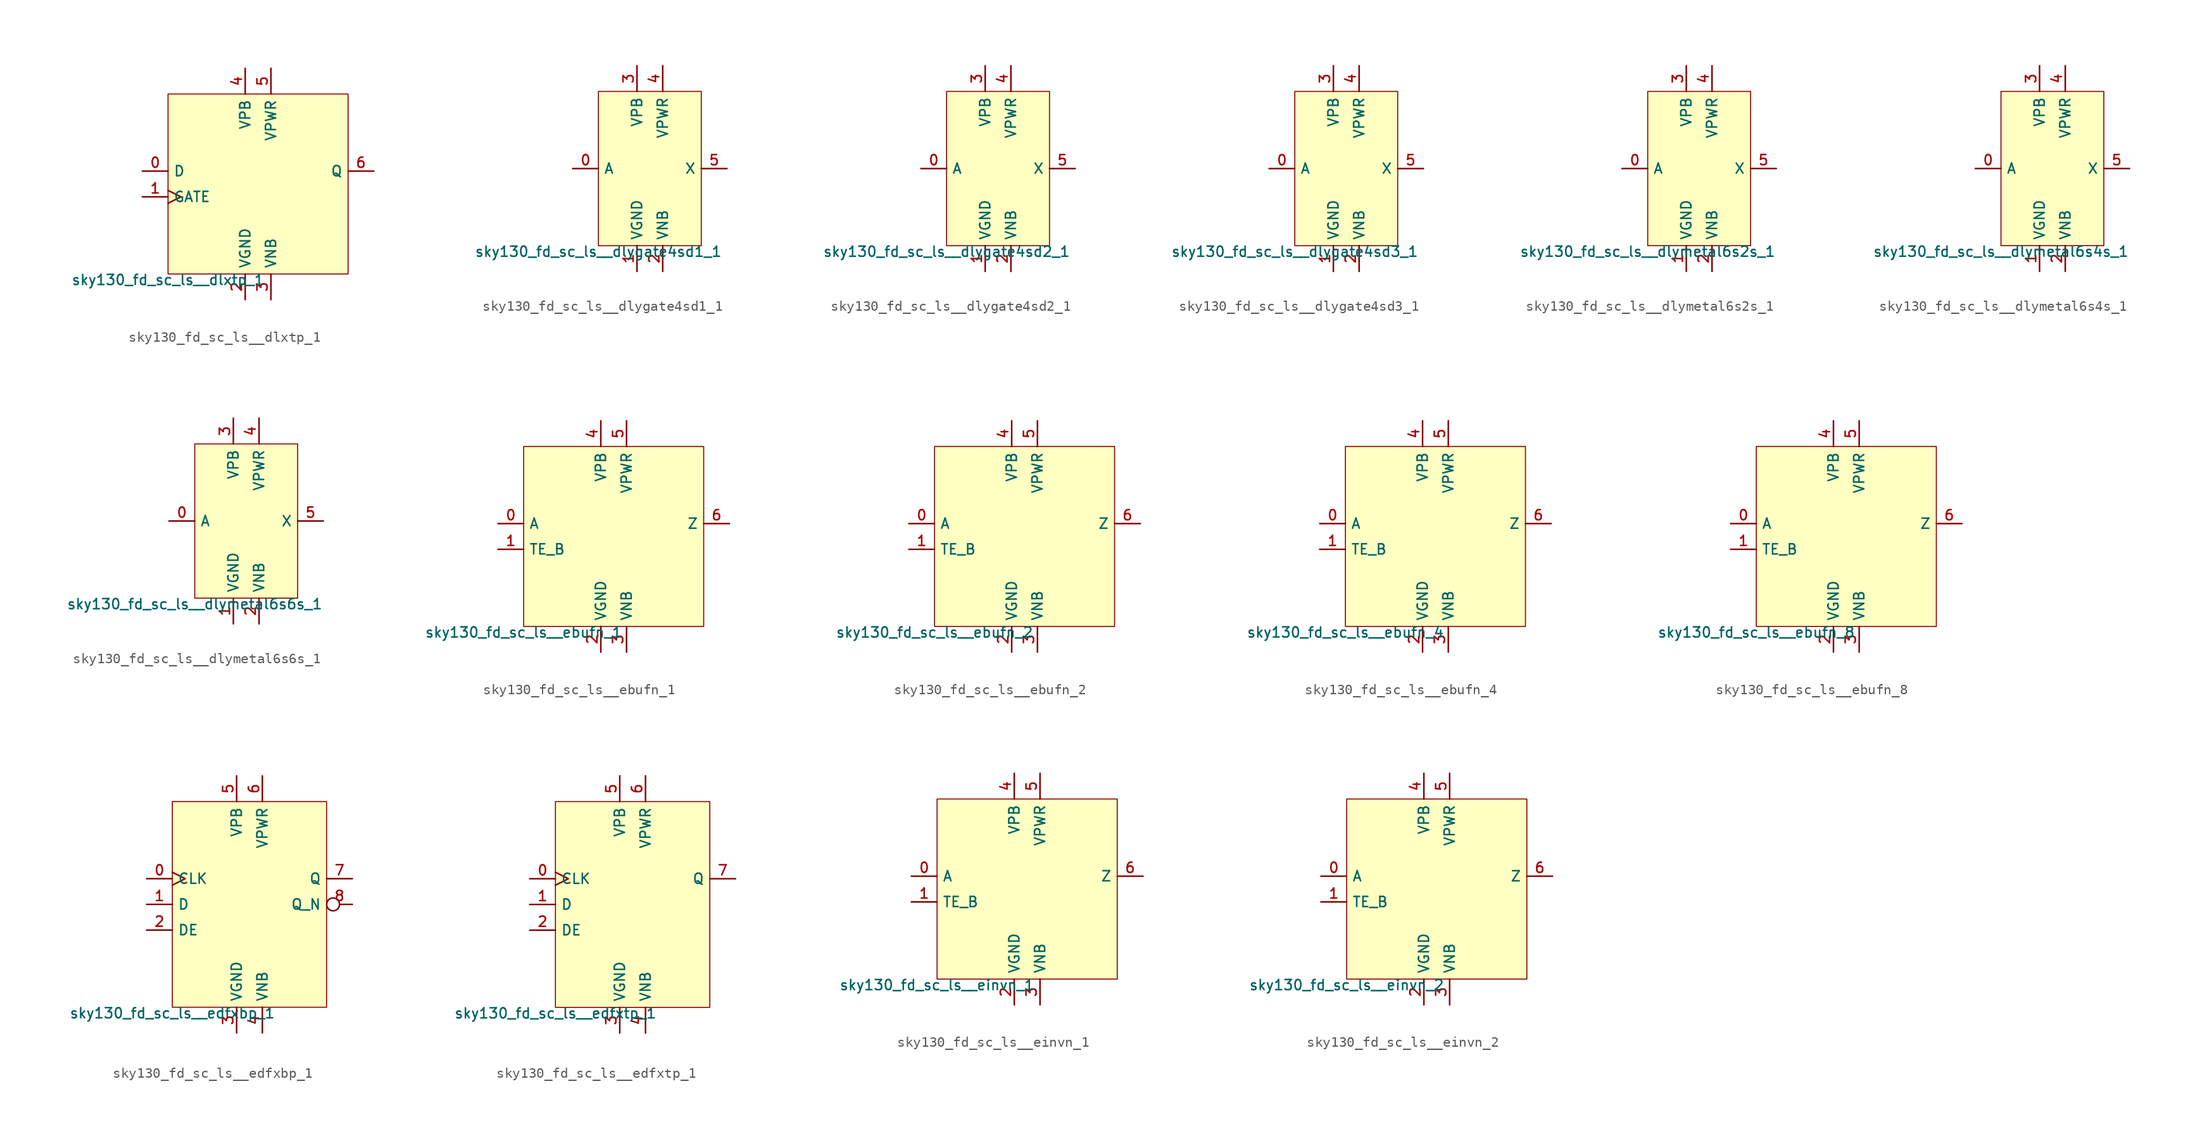
<source format=kicad_sym>
(kicad_symbol_lib
  (version 20211014)
  (generator lef2kicad_sym)
  (symbol "sky130_fd_sc_ls__dlxtp_1"
    (property "Reference" "X"
      (at 0 0 0)
      (effects (font (size 1 1)) hide))
    (property "Value" "sky130_fd_sc_ls__dlxtp_1"
      (at -8.89 -8.89 0)
      (effects (font (size 1 1)) (justify top)))
    (rectangle
      (start -8.89 -8.89)
      (end 8.89 8.89)
      (stroke (width 0.1) (type solid) (color 0 0 0 0))
      (fill (type background)))
    (pin input line
      (at -11.43 1.27 0)
      (length 2.54)
      (name "D" (effects (font (size 1 1)) hide))
      (number "0" (effects (font (size 1 1)) hide)))
    (pin input clock
      (at -11.43 -1.27 0)
      (length 2.54)
      (name "GATE" (effects (font (size 1 1)) hide))
      (number "1" (effects (font (size 1 1)) hide)))
    (pin power_in line
      (at -1.27 -11.43 90)
      (length 2.54)
      (name "VGND" (effects (font (size 1 1)) hide))
      (number "2" (effects (font (size 1 1)) hide)))
    (pin power_in line
      (at 1.27 -11.43 90)
      (length 2.54)
      (name "VNB" (effects (font (size 1 1)) hide))
      (number "3" (effects (font (size 1 1)) hide)))
    (pin power_in line
      (at -1.27 11.43 270)
      (length 2.54)
      (name "VPB" (effects (font (size 1 1)) hide))
      (number "4" (effects (font (size 1 1)) hide)))
    (pin power_in line
      (at 1.27 11.43 270)
      (length 2.54)
      (name "VPWR" (effects (font (size 1 1)) hide))
      (number "5" (effects (font (size 1 1)) hide)))
    (pin output line
      (at 11.43 1.27 180)
      (length 2.54)
      (name "Q" (effects (font (size 1 1)) hide))
      (number "6" (effects (font (size 1 1)) hide))))
  (symbol "sky130_fd_sc_ls__dlygate4sd1_1"
    (property "Reference" "X"
      (at 0 0 0)
      (effects (font (size 1 1)) hide))
    (property "Value" "sky130_fd_sc_ls__dlygate4sd1_1"
      (at -5.08 -7.62 0)
      (effects (font (size 1 1)) (justify top)))
    (rectangle
      (start -5.08 -7.62)
      (end 5.08 7.62)
      (stroke (width 0.1) (type solid) (color 0 0 0 0))
      (fill (type background)))
    (pin input line
      (at -7.62 0.0 0)
      (length 2.54)
      (name "A" (effects (font (size 1 1)) hide))
      (number "0" (effects (font (size 1 1)) hide)))
    (pin power_in line
      (at -1.27 -10.16 90)
      (length 2.54)
      (name "VGND" (effects (font (size 1 1)) hide))
      (number "1" (effects (font (size 1 1)) hide)))
    (pin power_in line
      (at 1.27 -10.16 90)
      (length 2.54)
      (name "VNB" (effects (font (size 1 1)) hide))
      (number "2" (effects (font (size 1 1)) hide)))
    (pin power_in line
      (at -1.27 10.16 270)
      (length 2.54)
      (name "VPB" (effects (font (size 1 1)) hide))
      (number "3" (effects (font (size 1 1)) hide)))
    (pin power_in line
      (at 1.27 10.16 270)
      (length 2.54)
      (name "VPWR" (effects (font (size 1 1)) hide))
      (number "4" (effects (font (size 1 1)) hide)))
    (pin output line
      (at 7.62 0.0 180)
      (length 2.54)
      (name "X" (effects (font (size 1 1)) hide))
      (number "5" (effects (font (size 1 1)) hide))))
  (symbol "sky130_fd_sc_ls__dlygate4sd2_1"
    (property "Reference" "X"
      (at 0 0 0)
      (effects (font (size 1 1)) hide))
    (property "Value" "sky130_fd_sc_ls__dlygate4sd2_1"
      (at -5.08 -7.62 0)
      (effects (font (size 1 1)) (justify top)))
    (rectangle
      (start -5.08 -7.62)
      (end 5.08 7.62)
      (stroke (width 0.1) (type solid) (color 0 0 0 0))
      (fill (type background)))
    (pin input line
      (at -7.62 0.0 0)
      (length 2.54)
      (name "A" (effects (font (size 1 1)) hide))
      (number "0" (effects (font (size 1 1)) hide)))
    (pin power_in line
      (at -1.27 -10.16 90)
      (length 2.54)
      (name "VGND" (effects (font (size 1 1)) hide))
      (number "1" (effects (font (size 1 1)) hide)))
    (pin power_in line
      (at 1.27 -10.16 90)
      (length 2.54)
      (name "VNB" (effects (font (size 1 1)) hide))
      (number "2" (effects (font (size 1 1)) hide)))
    (pin power_in line
      (at -1.27 10.16 270)
      (length 2.54)
      (name "VPB" (effects (font (size 1 1)) hide))
      (number "3" (effects (font (size 1 1)) hide)))
    (pin power_in line
      (at 1.27 10.16 270)
      (length 2.54)
      (name "VPWR" (effects (font (size 1 1)) hide))
      (number "4" (effects (font (size 1 1)) hide)))
    (pin output line
      (at 7.62 0.0 180)
      (length 2.54)
      (name "X" (effects (font (size 1 1)) hide))
      (number "5" (effects (font (size 1 1)) hide))))
  (symbol "sky130_fd_sc_ls__dlygate4sd3_1"
    (property "Reference" "X"
      (at 0 0 0)
      (effects (font (size 1 1)) hide))
    (property "Value" "sky130_fd_sc_ls__dlygate4sd3_1"
      (at -5.08 -7.62 0)
      (effects (font (size 1 1)) (justify top)))
    (rectangle
      (start -5.08 -7.62)
      (end 5.08 7.62)
      (stroke (width 0.1) (type solid) (color 0 0 0 0))
      (fill (type background)))
    (pin input line
      (at -7.62 0.0 0)
      (length 2.54)
      (name "A" (effects (font (size 1 1)) hide))
      (number "0" (effects (font (size 1 1)) hide)))
    (pin power_in line
      (at -1.27 -10.16 90)
      (length 2.54)
      (name "VGND" (effects (font (size 1 1)) hide))
      (number "1" (effects (font (size 1 1)) hide)))
    (pin power_in line
      (at 1.27 -10.16 90)
      (length 2.54)
      (name "VNB" (effects (font (size 1 1)) hide))
      (number "2" (effects (font (size 1 1)) hide)))
    (pin power_in line
      (at -1.27 10.16 270)
      (length 2.54)
      (name "VPB" (effects (font (size 1 1)) hide))
      (number "3" (effects (font (size 1 1)) hide)))
    (pin power_in line
      (at 1.27 10.16 270)
      (length 2.54)
      (name "VPWR" (effects (font (size 1 1)) hide))
      (number "4" (effects (font (size 1 1)) hide)))
    (pin output line
      (at 7.62 0.0 180)
      (length 2.54)
      (name "X" (effects (font (size 1 1)) hide))
      (number "5" (effects (font (size 1 1)) hide))))
  (symbol "sky130_fd_sc_ls__dlymetal6s2s_1"
    (property "Reference" "X"
      (at 0 0 0)
      (effects (font (size 1 1)) hide))
    (property "Value" "sky130_fd_sc_ls__dlymetal6s2s_1"
      (at -5.08 -7.62 0)
      (effects (font (size 1 1)) (justify top)))
    (rectangle
      (start -5.08 -7.62)
      (end 5.08 7.62)
      (stroke (width 0.1) (type solid) (color 0 0 0 0))
      (fill (type background)))
    (pin input line
      (at -7.62 0.0 0)
      (length 2.54)
      (name "A" (effects (font (size 1 1)) hide))
      (number "0" (effects (font (size 1 1)) hide)))
    (pin power_in line
      (at -1.27 -10.16 90)
      (length 2.54)
      (name "VGND" (effects (font (size 1 1)) hide))
      (number "1" (effects (font (size 1 1)) hide)))
    (pin power_in line
      (at 1.27 -10.16 90)
      (length 2.54)
      (name "VNB" (effects (font (size 1 1)) hide))
      (number "2" (effects (font (size 1 1)) hide)))
    (pin power_in line
      (at -1.27 10.16 270)
      (length 2.54)
      (name "VPB" (effects (font (size 1 1)) hide))
      (number "3" (effects (font (size 1 1)) hide)))
    (pin power_in line
      (at 1.27 10.16 270)
      (length 2.54)
      (name "VPWR" (effects (font (size 1 1)) hide))
      (number "4" (effects (font (size 1 1)) hide)))
    (pin output line
      (at 7.62 0.0 180)
      (length 2.54)
      (name "X" (effects (font (size 1 1)) hide))
      (number "5" (effects (font (size 1 1)) hide))))
  (symbol "sky130_fd_sc_ls__dlymetal6s4s_1"
    (property "Reference" "X"
      (at 0 0 0)
      (effects (font (size 1 1)) hide))
    (property "Value" "sky130_fd_sc_ls__dlymetal6s4s_1"
      (at -5.08 -7.62 0)
      (effects (font (size 1 1)) (justify top)))
    (rectangle
      (start -5.08 -7.62)
      (end 5.08 7.62)
      (stroke (width 0.1) (type solid) (color 0 0 0 0))
      (fill (type background)))
    (pin input line
      (at -7.62 0.0 0)
      (length 2.54)
      (name "A" (effects (font (size 1 1)) hide))
      (number "0" (effects (font (size 1 1)) hide)))
    (pin power_in line
      (at -1.27 -10.16 90)
      (length 2.54)
      (name "VGND" (effects (font (size 1 1)) hide))
      (number "1" (effects (font (size 1 1)) hide)))
    (pin power_in line
      (at 1.27 -10.16 90)
      (length 2.54)
      (name "VNB" (effects (font (size 1 1)) hide))
      (number "2" (effects (font (size 1 1)) hide)))
    (pin power_in line
      (at -1.27 10.16 270)
      (length 2.54)
      (name "VPB" (effects (font (size 1 1)) hide))
      (number "3" (effects (font (size 1 1)) hide)))
    (pin power_in line
      (at 1.27 10.16 270)
      (length 2.54)
      (name "VPWR" (effects (font (size 1 1)) hide))
      (number "4" (effects (font (size 1 1)) hide)))
    (pin output line
      (at 7.62 0.0 180)
      (length 2.54)
      (name "X" (effects (font (size 1 1)) hide))
      (number "5" (effects (font (size 1 1)) hide))))
  (symbol "sky130_fd_sc_ls__dlymetal6s6s_1"
    (property "Reference" "X"
      (at 0 0 0)
      (effects (font (size 1 1)) hide))
    (property "Value" "sky130_fd_sc_ls__dlymetal6s6s_1"
      (at -5.08 -7.62 0)
      (effects (font (size 1 1)) (justify top)))
    (rectangle
      (start -5.08 -7.62)
      (end 5.08 7.62)
      (stroke (width 0.1) (type solid) (color 0 0 0 0))
      (fill (type background)))
    (pin input line
      (at -7.62 0.0 0)
      (length 2.54)
      (name "A" (effects (font (size 1 1)) hide))
      (number "0" (effects (font (size 1 1)) hide)))
    (pin power_in line
      (at -1.27 -10.16 90)
      (length 2.54)
      (name "VGND" (effects (font (size 1 1)) hide))
      (number "1" (effects (font (size 1 1)) hide)))
    (pin power_in line
      (at 1.27 -10.16 90)
      (length 2.54)
      (name "VNB" (effects (font (size 1 1)) hide))
      (number "2" (effects (font (size 1 1)) hide)))
    (pin power_in line
      (at -1.27 10.16 270)
      (length 2.54)
      (name "VPB" (effects (font (size 1 1)) hide))
      (number "3" (effects (font (size 1 1)) hide)))
    (pin power_in line
      (at 1.27 10.16 270)
      (length 2.54)
      (name "VPWR" (effects (font (size 1 1)) hide))
      (number "4" (effects (font (size 1 1)) hide)))
    (pin output line
      (at 7.62 0.0 180)
      (length 2.54)
      (name "X" (effects (font (size 1 1)) hide))
      (number "5" (effects (font (size 1 1)) hide))))
  (symbol "sky130_fd_sc_ls__ebufn_1"
    (property "Reference" "X"
      (at 0 0 0)
      (effects (font (size 1 1)) hide))
    (property "Value" "sky130_fd_sc_ls__ebufn_1"
      (at -8.89 -8.89 0)
      (effects (font (size 1 1)) (justify top)))
    (rectangle
      (start -8.89 -8.89)
      (end 8.89 8.89)
      (stroke (width 0.1) (type solid) (color 0 0 0 0))
      (fill (type background)))
    (pin input line
      (at -11.43 1.27 0)
      (length 2.54)
      (name "A" (effects (font (size 1 1)) hide))
      (number "0" (effects (font (size 1 1)) hide)))
    (pin input line
      (at -11.43 -1.27 0)
      (length 2.54)
      (name "TE_B" (effects (font (size 1 1)) hide))
      (number "1" (effects (font (size 1 1)) hide)))
    (pin power_in line
      (at -1.27 -11.43 90)
      (length 2.54)
      (name "VGND" (effects (font (size 1 1)) hide))
      (number "2" (effects (font (size 1 1)) hide)))
    (pin power_in line
      (at 1.27 -11.43 90)
      (length 2.54)
      (name "VNB" (effects (font (size 1 1)) hide))
      (number "3" (effects (font (size 1 1)) hide)))
    (pin power_in line
      (at -1.27 11.43 270)
      (length 2.54)
      (name "VPB" (effects (font (size 1 1)) hide))
      (number "4" (effects (font (size 1 1)) hide)))
    (pin power_in line
      (at 1.27 11.43 270)
      (length 2.54)
      (name "VPWR" (effects (font (size 1 1)) hide))
      (number "5" (effects (font (size 1 1)) hide)))
    (pin output line
      (at 11.43 1.27 180)
      (length 2.54)
      (name "Z" (effects (font (size 1 1)) hide))
      (number "6" (effects (font (size 1 1)) hide))))
  (symbol "sky130_fd_sc_ls__ebufn_2"
    (property "Reference" "X"
      (at 0 0 0)
      (effects (font (size 1 1)) hide))
    (property "Value" "sky130_fd_sc_ls__ebufn_2"
      (at -8.89 -8.89 0)
      (effects (font (size 1 1)) (justify top)))
    (rectangle
      (start -8.89 -8.89)
      (end 8.89 8.89)
      (stroke (width 0.1) (type solid) (color 0 0 0 0))
      (fill (type background)))
    (pin input line
      (at -11.43 1.27 0)
      (length 2.54)
      (name "A" (effects (font (size 1 1)) hide))
      (number "0" (effects (font (size 1 1)) hide)))
    (pin input line
      (at -11.43 -1.27 0)
      (length 2.54)
      (name "TE_B" (effects (font (size 1 1)) hide))
      (number "1" (effects (font (size 1 1)) hide)))
    (pin power_in line
      (at -1.27 -11.43 90)
      (length 2.54)
      (name "VGND" (effects (font (size 1 1)) hide))
      (number "2" (effects (font (size 1 1)) hide)))
    (pin power_in line
      (at 1.27 -11.43 90)
      (length 2.54)
      (name "VNB" (effects (font (size 1 1)) hide))
      (number "3" (effects (font (size 1 1)) hide)))
    (pin power_in line
      (at -1.27 11.43 270)
      (length 2.54)
      (name "VPB" (effects (font (size 1 1)) hide))
      (number "4" (effects (font (size 1 1)) hide)))
    (pin power_in line
      (at 1.27 11.43 270)
      (length 2.54)
      (name "VPWR" (effects (font (size 1 1)) hide))
      (number "5" (effects (font (size 1 1)) hide)))
    (pin output line
      (at 11.43 1.27 180)
      (length 2.54)
      (name "Z" (effects (font (size 1 1)) hide))
      (number "6" (effects (font (size 1 1)) hide))))
  (symbol "sky130_fd_sc_ls__ebufn_4"
    (property "Reference" "X"
      (at 0 0 0)
      (effects (font (size 1 1)) hide))
    (property "Value" "sky130_fd_sc_ls__ebufn_4"
      (at -8.89 -8.89 0)
      (effects (font (size 1 1)) (justify top)))
    (rectangle
      (start -8.89 -8.89)
      (end 8.89 8.89)
      (stroke (width 0.1) (type solid) (color 0 0 0 0))
      (fill (type background)))
    (pin input line
      (at -11.43 1.27 0)
      (length 2.54)
      (name "A" (effects (font (size 1 1)) hide))
      (number "0" (effects (font (size 1 1)) hide)))
    (pin input line
      (at -11.43 -1.27 0)
      (length 2.54)
      (name "TE_B" (effects (font (size 1 1)) hide))
      (number "1" (effects (font (size 1 1)) hide)))
    (pin power_in line
      (at -1.27 -11.43 90)
      (length 2.54)
      (name "VGND" (effects (font (size 1 1)) hide))
      (number "2" (effects (font (size 1 1)) hide)))
    (pin power_in line
      (at 1.27 -11.43 90)
      (length 2.54)
      (name "VNB" (effects (font (size 1 1)) hide))
      (number "3" (effects (font (size 1 1)) hide)))
    (pin power_in line
      (at -1.27 11.43 270)
      (length 2.54)
      (name "VPB" (effects (font (size 1 1)) hide))
      (number "4" (effects (font (size 1 1)) hide)))
    (pin power_in line
      (at 1.27 11.43 270)
      (length 2.54)
      (name "VPWR" (effects (font (size 1 1)) hide))
      (number "5" (effects (font (size 1 1)) hide)))
    (pin output line
      (at 11.43 1.27 180)
      (length 2.54)
      (name "Z" (effects (font (size 1 1)) hide))
      (number "6" (effects (font (size 1 1)) hide))))
  (symbol "sky130_fd_sc_ls__ebufn_8"
    (property "Reference" "X"
      (at 0 0 0)
      (effects (font (size 1 1)) hide))
    (property "Value" "sky130_fd_sc_ls__ebufn_8"
      (at -8.89 -8.89 0)
      (effects (font (size 1 1)) (justify top)))
    (rectangle
      (start -8.89 -8.89)
      (end 8.89 8.89)
      (stroke (width 0.1) (type solid) (color 0 0 0 0))
      (fill (type background)))
    (pin input line
      (at -11.43 1.27 0)
      (length 2.54)
      (name "A" (effects (font (size 1 1)) hide))
      (number "0" (effects (font (size 1 1)) hide)))
    (pin input line
      (at -11.43 -1.27 0)
      (length 2.54)
      (name "TE_B" (effects (font (size 1 1)) hide))
      (number "1" (effects (font (size 1 1)) hide)))
    (pin power_in line
      (at -1.27 -11.43 90)
      (length 2.54)
      (name "VGND" (effects (font (size 1 1)) hide))
      (number "2" (effects (font (size 1 1)) hide)))
    (pin power_in line
      (at 1.27 -11.43 90)
      (length 2.54)
      (name "VNB" (effects (font (size 1 1)) hide))
      (number "3" (effects (font (size 1 1)) hide)))
    (pin power_in line
      (at -1.27 11.43 270)
      (length 2.54)
      (name "VPB" (effects (font (size 1 1)) hide))
      (number "4" (effects (font (size 1 1)) hide)))
    (pin power_in line
      (at 1.27 11.43 270)
      (length 2.54)
      (name "VPWR" (effects (font (size 1 1)) hide))
      (number "5" (effects (font (size 1 1)) hide)))
    (pin output line
      (at 11.43 1.27 180)
      (length 2.54)
      (name "Z" (effects (font (size 1 1)) hide))
      (number "6" (effects (font (size 1 1)) hide))))
  (symbol "sky130_fd_sc_ls__edfxbp_1"
    (property "Reference" "X"
      (at 0 0 0)
      (effects (font (size 1 1)) hide))
    (property "Value" "sky130_fd_sc_ls__edfxbp_1"
      (at -7.62 -10.16 0)
      (effects (font (size 1 1)) (justify top)))
    (rectangle
      (start -7.62 -10.16)
      (end 7.62 10.16)
      (stroke (width 0.1) (type solid) (color 0 0 0 0))
      (fill (type background)))
    (pin input clock
      (at -10.16 2.54 0)
      (length 2.54)
      (name "CLK" (effects (font (size 1 1)) hide))
      (number "0" (effects (font (size 1 1)) hide)))
    (pin input line
      (at -10.16 0.0 0)
      (length 2.54)
      (name "D" (effects (font (size 1 1)) hide))
      (number "1" (effects (font (size 1 1)) hide)))
    (pin input line
      (at -10.16 -2.54 0)
      (length 2.54)
      (name "DE" (effects (font (size 1 1)) hide))
      (number "2" (effects (font (size 1 1)) hide)))
    (pin power_in line
      (at -1.27 -12.7 90)
      (length 2.54)
      (name "VGND" (effects (font (size 1 1)) hide))
      (number "3" (effects (font (size 1 1)) hide)))
    (pin power_in line
      (at 1.27 -12.7 90)
      (length 2.54)
      (name "VNB" (effects (font (size 1 1)) hide))
      (number "4" (effects (font (size 1 1)) hide)))
    (pin power_in line
      (at -1.27 12.7 270)
      (length 2.54)
      (name "VPB" (effects (font (size 1 1)) hide))
      (number "5" (effects (font (size 1 1)) hide)))
    (pin power_in line
      (at 1.27 12.7 270)
      (length 2.54)
      (name "VPWR" (effects (font (size 1 1)) hide))
      (number "6" (effects (font (size 1 1)) hide)))
    (pin output line
      (at 10.16 2.54 180)
      (length 2.54)
      (name "Q" (effects (font (size 1 1)) hide))
      (number "7" (effects (font (size 1 1)) hide)))
    (pin output inverted
      (at 10.16 0.0 180)
      (length 2.54)
      (name "Q_N" (effects (font (size 1 1)) hide))
      (number "8" (effects (font (size 1 1)) hide))))
  (symbol "sky130_fd_sc_ls__edfxtp_1"
    (property "Reference" "X"
      (at 0 0 0)
      (effects (font (size 1 1)) hide))
    (property "Value" "sky130_fd_sc_ls__edfxtp_1"
      (at -7.62 -10.16 0)
      (effects (font (size 1 1)) (justify top)))
    (rectangle
      (start -7.62 -10.16)
      (end 7.62 10.16)
      (stroke (width 0.1) (type solid) (color 0 0 0 0))
      (fill (type background)))
    (pin input clock
      (at -10.16 2.54 0)
      (length 2.54)
      (name "CLK" (effects (font (size 1 1)) hide))
      (number "0" (effects (font (size 1 1)) hide)))
    (pin input line
      (at -10.16 0.0 0)
      (length 2.54)
      (name "D" (effects (font (size 1 1)) hide))
      (number "1" (effects (font (size 1 1)) hide)))
    (pin input line
      (at -10.16 -2.54 0)
      (length 2.54)
      (name "DE" (effects (font (size 1 1)) hide))
      (number "2" (effects (font (size 1 1)) hide)))
    (pin power_in line
      (at -1.27 -12.7 90)
      (length 2.54)
      (name "VGND" (effects (font (size 1 1)) hide))
      (number "3" (effects (font (size 1 1)) hide)))
    (pin power_in line
      (at 1.27 -12.7 90)
      (length 2.54)
      (name "VNB" (effects (font (size 1 1)) hide))
      (number "4" (effects (font (size 1 1)) hide)))
    (pin power_in line
      (at -1.27 12.7 270)
      (length 2.54)
      (name "VPB" (effects (font (size 1 1)) hide))
      (number "5" (effects (font (size 1 1)) hide)))
    (pin power_in line
      (at 1.27 12.7 270)
      (length 2.54)
      (name "VPWR" (effects (font (size 1 1)) hide))
      (number "6" (effects (font (size 1 1)) hide)))
    (pin output line
      (at 10.16 2.54 180)
      (length 2.54)
      (name "Q" (effects (font (size 1 1)) hide))
      (number "7" (effects (font (size 1 1)) hide))))
  (symbol "sky130_fd_sc_ls__einvn_1"
    (property "Reference" "X"
      (at 0 0 0)
      (effects (font (size 1 1)) hide))
    (property "Value" "sky130_fd_sc_ls__einvn_1"
      (at -8.89 -8.89 0)
      (effects (font (size 1 1)) (justify top)))
    (rectangle
      (start -8.89 -8.89)
      (end 8.89 8.89)
      (stroke (width 0.1) (type solid) (color 0 0 0 0))
      (fill (type background)))
    (pin input line
      (at -11.43 1.27 0)
      (length 2.54)
      (name "A" (effects (font (size 1 1)) hide))
      (number "0" (effects (font (size 1 1)) hide)))
    (pin input line
      (at -11.43 -1.27 0)
      (length 2.54)
      (name "TE_B" (effects (font (size 1 1)) hide))
      (number "1" (effects (font (size 1 1)) hide)))
    (pin power_in line
      (at -1.27 -11.43 90)
      (length 2.54)
      (name "VGND" (effects (font (size 1 1)) hide))
      (number "2" (effects (font (size 1 1)) hide)))
    (pin power_in line
      (at 1.27 -11.43 90)
      (length 2.54)
      (name "VNB" (effects (font (size 1 1)) hide))
      (number "3" (effects (font (size 1 1)) hide)))
    (pin power_in line
      (at -1.27 11.43 270)
      (length 2.54)
      (name "VPB" (effects (font (size 1 1)) hide))
      (number "4" (effects (font (size 1 1)) hide)))
    (pin power_in line
      (at 1.27 11.43 270)
      (length 2.54)
      (name "VPWR" (effects (font (size 1 1)) hide))
      (number "5" (effects (font (size 1 1)) hide)))
    (pin output line
      (at 11.43 1.27 180)
      (length 2.54)
      (name "Z" (effects (font (size 1 1)) hide))
      (number "6" (effects (font (size 1 1)) hide))))
  (symbol "sky130_fd_sc_ls__einvn_2"
    (property "Reference" "X"
      (at 0 0 0)
      (effects (font (size 1 1)) hide))
    (property "Value" "sky130_fd_sc_ls__einvn_2"
      (at -8.89 -8.89 0)
      (effects (font (size 1 1)) (justify top)))
    (rectangle
      (start -8.89 -8.89)
      (end 8.89 8.89)
      (stroke (width 0.1) (type solid) (color 0 0 0 0))
      (fill (type background)))
    (pin input line
      (at -11.43 1.27 0)
      (length 2.54)
      (name "A" (effects (font (size 1 1)) hide))
      (number "0" (effects (font (size 1 1)) hide)))
    (pin input line
      (at -11.43 -1.27 0)
      (length 2.54)
      (name "TE_B" (effects (font (size 1 1)) hide))
      (number "1" (effects (font (size 1 1)) hide)))
    (pin power_in line
      (at -1.27 -11.43 90)
      (length 2.54)
      (name "VGND" (effects (font (size 1 1)) hide))
      (number "2" (effects (font (size 1 1)) hide)))
    (pin power_in line
      (at 1.27 -11.43 90)
      (length 2.54)
      (name "VNB" (effects (font (size 1 1)) hide))
      (number "3" (effects (font (size 1 1)) hide)))
    (pin power_in line
      (at -1.27 11.43 270)
      (length 2.54)
      (name "VPB" (effects (font (size 1 1)) hide))
      (number "4" (effects (font (size 1 1)) hide)))
    (pin power_in line
      (at 1.27 11.43 270)
      (length 2.54)
      (name "VPWR" (effects (font (size 1 1)) hide))
      (number "5" (effects (font (size 1 1)) hide)))
    (pin output line
      (at 11.43 1.27 180)
      (length 2.54)
      (name "Z" (effects (font (size 1 1)) hide))
      (number "6" (effects (font (size 1 1)) hide)))))
</source>
